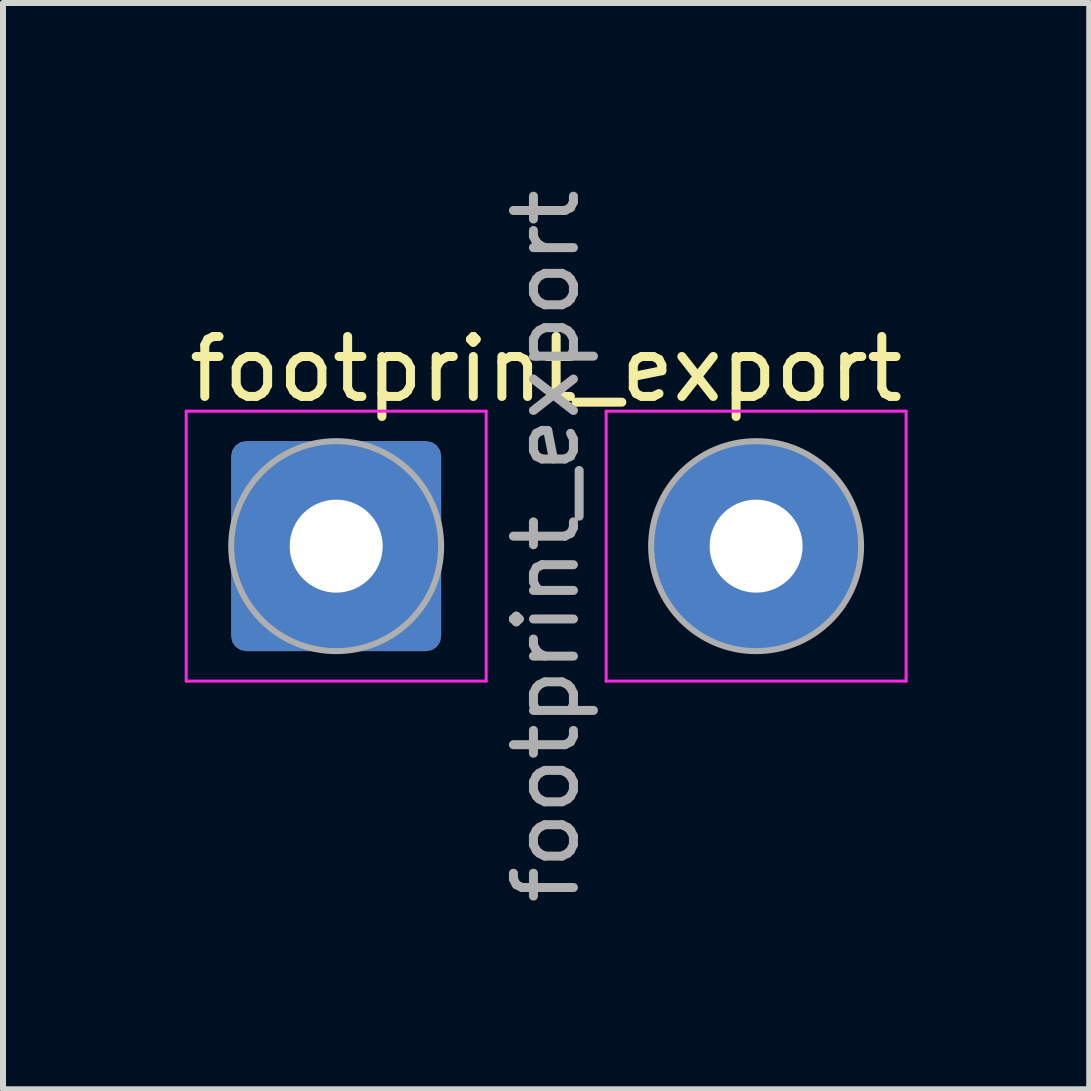
<source format=kicad_pcb>
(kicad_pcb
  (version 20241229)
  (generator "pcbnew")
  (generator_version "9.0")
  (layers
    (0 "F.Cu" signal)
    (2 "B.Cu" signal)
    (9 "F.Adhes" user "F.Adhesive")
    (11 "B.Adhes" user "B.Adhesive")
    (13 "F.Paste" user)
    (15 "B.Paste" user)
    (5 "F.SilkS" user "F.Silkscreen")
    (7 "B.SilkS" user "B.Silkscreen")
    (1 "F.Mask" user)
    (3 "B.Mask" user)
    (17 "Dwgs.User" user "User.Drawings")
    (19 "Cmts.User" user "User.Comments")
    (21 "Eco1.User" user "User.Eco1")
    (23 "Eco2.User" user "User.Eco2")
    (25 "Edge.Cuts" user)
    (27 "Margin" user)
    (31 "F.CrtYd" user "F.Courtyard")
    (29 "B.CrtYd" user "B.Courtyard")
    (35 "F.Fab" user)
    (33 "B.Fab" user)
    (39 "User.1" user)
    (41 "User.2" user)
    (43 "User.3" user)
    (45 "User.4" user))
  (footprint "footprint_export"
    (layer "F.Cu")
    (at 2.554 6.054)
    (property "Reference" "footprint_export" (at 3.5 -2.95 0) (layer "F.SilkS") (effects (font (size 1 1) (thickness 0.15))))
    (attr exclude_from_pos_files exclude_from_bom)
    (fp_line (start -2.5 -2.25) (end -2.5 2.25) (stroke (width 0.05) (type solid)) (layer "F.CrtYd"))
    (fp_line (start -2.5 2.25) (end 2.5 2.25) (stroke (width 0.05) (type solid)) (layer "F.CrtYd"))
    (fp_line (start 2.5 -2.25) (end -2.5 -2.25) (stroke (width 0.05) (type solid)) (layer "F.CrtYd"))
    (fp_line (start 2.5 2.25) (end 2.5 -2.25) (stroke (width 0.05) (type solid)) (layer "F.CrtYd"))
    (fp_line (start 4.5 -2.25) (end 4.5 2.25) (stroke (width 0.05) (type solid)) (layer "F.CrtYd"))
    (fp_line (start 4.5 2.25) (end 9.5 2.25) (stroke (width 0.05) (type solid)) (layer "F.CrtYd"))
    (fp_line (start 9.5 -2.25) (end 4.5 -2.25) (stroke (width 0.05) (type solid)) (layer "F.CrtYd"))
    (fp_line (start 9.5 2.25) (end 9.5 -2.25) (stroke (width 0.05) (type solid)) (layer "F.CrtYd"))
    (fp_circle (center 0 0) (end 1.75 0) (stroke (width 0.1) (type solid)) (fill no) (layer "F.Fab"))
    (fp_circle (center 7 0) (end 8.75 0) (stroke (width 0.1) (type solid)) (fill no) (layer "F.Fab"))
    (fp_text user "${REFERENCE}" (at 3.5 0 90) (layer "F.Fab") (effects (font (size 1 1) (thickness 0.15))))
    (pad "1" thru_hole roundrect (at 0 0) (size 3.5 3.5) (drill 1.55) (layers "*.Cu" "*.Mask") (roundrect_rratio 0.071))
    (pad "2" thru_hole circle (at 7 0) (size 3.5 3.5) (drill 1.55) (layers "*.Cu" "*.Mask")))
  (gr_rect
    (start -3 -3)
    (end 15.107 15.107)
    (stroke (width 0.1) (type default))
    (fill no)
    (layer "Edge.Cuts")))
</source>
